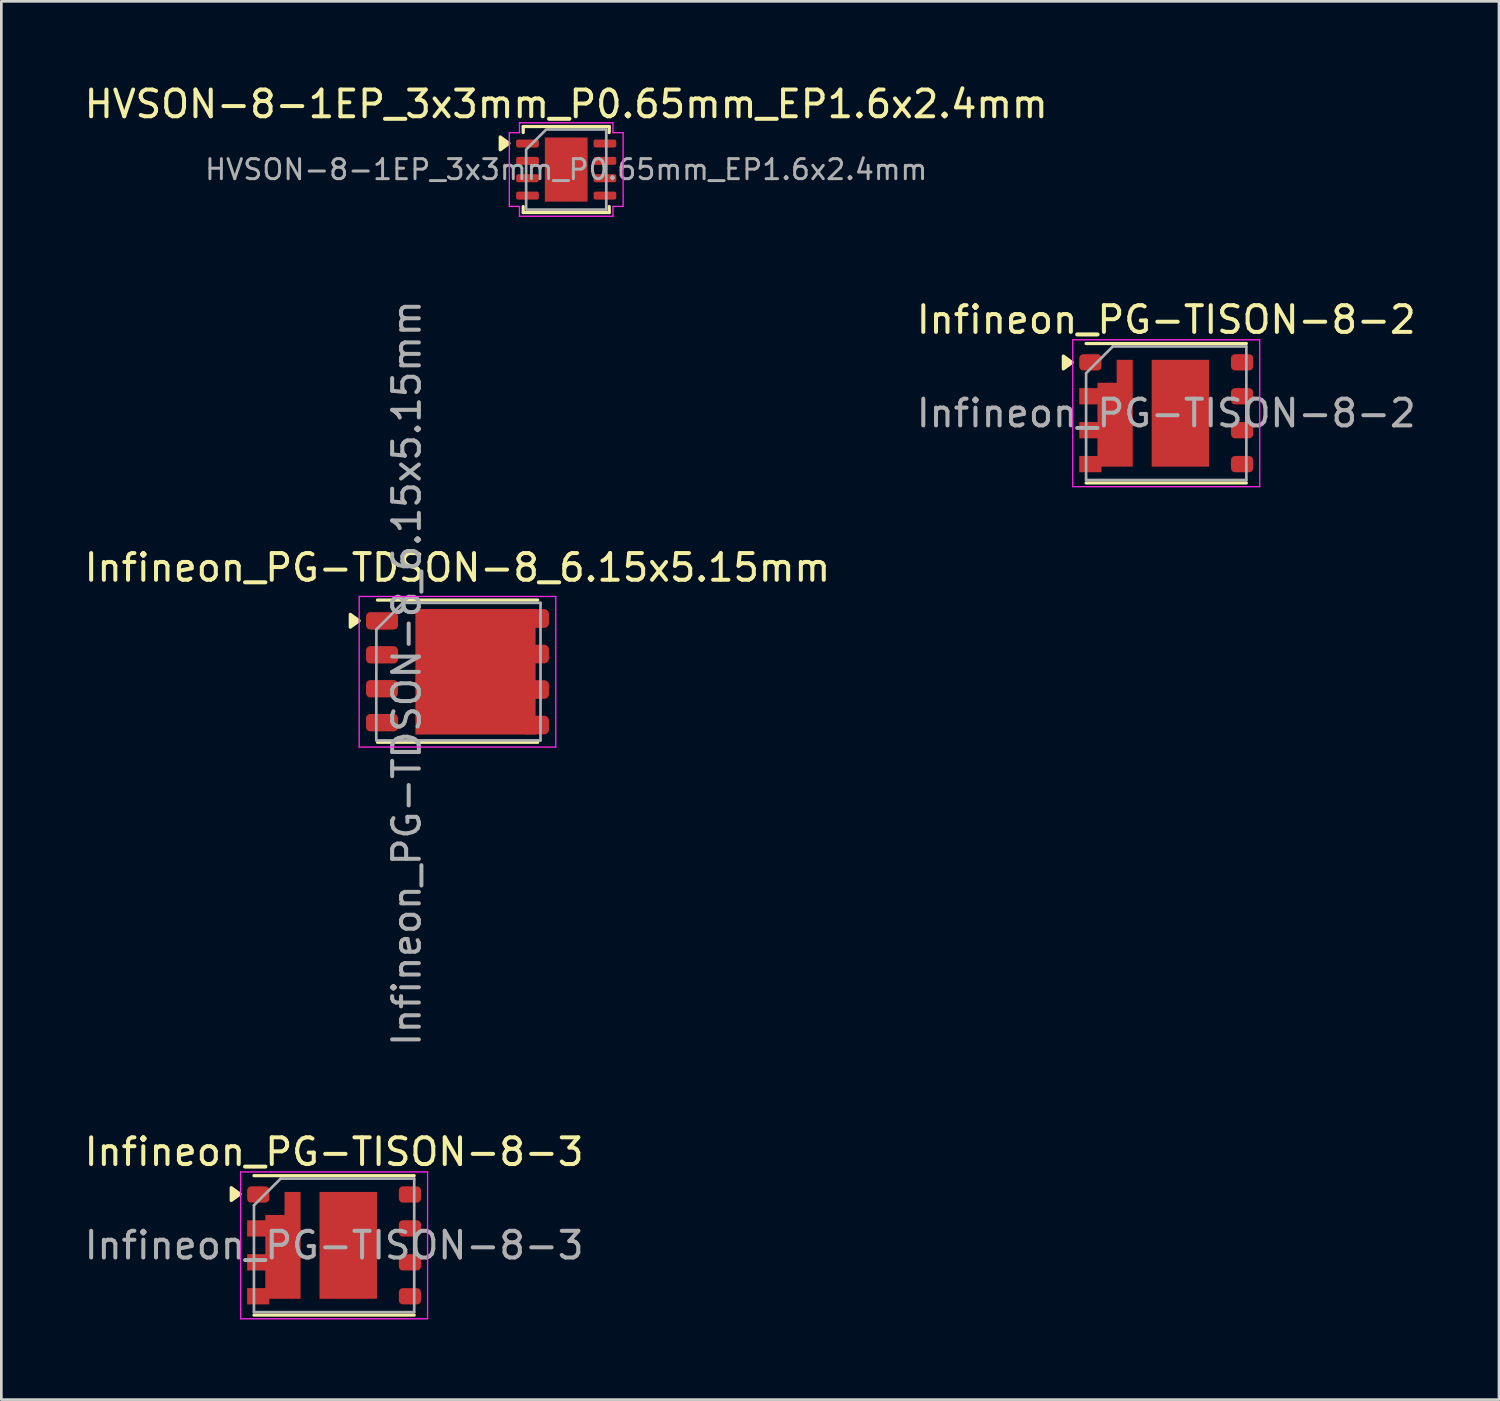
<source format=kicad_pcb>
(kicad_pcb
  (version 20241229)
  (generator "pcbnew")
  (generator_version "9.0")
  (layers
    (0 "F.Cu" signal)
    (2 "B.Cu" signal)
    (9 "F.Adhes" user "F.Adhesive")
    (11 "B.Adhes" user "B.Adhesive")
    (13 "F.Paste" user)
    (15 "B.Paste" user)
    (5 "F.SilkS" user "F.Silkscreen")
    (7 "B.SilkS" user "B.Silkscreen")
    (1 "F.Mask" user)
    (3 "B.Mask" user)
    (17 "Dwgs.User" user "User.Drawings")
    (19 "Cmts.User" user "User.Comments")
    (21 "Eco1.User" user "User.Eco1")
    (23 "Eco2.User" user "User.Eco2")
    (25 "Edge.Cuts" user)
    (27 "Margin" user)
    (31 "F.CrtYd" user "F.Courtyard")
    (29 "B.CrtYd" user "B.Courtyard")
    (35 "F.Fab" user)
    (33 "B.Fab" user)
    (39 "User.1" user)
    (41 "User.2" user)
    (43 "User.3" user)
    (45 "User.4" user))
  (footprint "Infineon_PG-TISON-8-3"
    (layer "F.Cu")
    (at 9.458 43.576)
    (property "Reference" "Infineon_PG-TISON-8-3" (at 0 -3.5 0) (layer "F.SilkS") (effects (font (size 1 1) (thickness 0.15))))
    (attr smd)
    (fp_line (start 3 -2.61) (end -3 -2.61) (stroke (width 0.12) (type solid)) (layer "F.SilkS"))
    (fp_line (start 3 2.61) (end -3 2.61) (stroke (width 0.12) (type solid)) (layer "F.SilkS"))
    (fp_poly (pts (xy -3.52 -1.92) (xy -3.85 -1.68) (xy -3.85 -2.16) (xy -3.52 -1.92)) (stroke (width 0.12) (type solid)) (fill yes) (layer "F.SilkS"))
    (fp_line (start -3.5 -2.75) (end 3.5 -2.75) (stroke (width 0.05) (type solid)) (layer "F.CrtYd"))
    (fp_line (start -3.5 2.75) (end -3.5 -2.75) (stroke (width 0.05) (type solid)) (layer "F.CrtYd"))
    (fp_line (start 3.5 -2.75) (end 3.5 2.75) (stroke (width 0.05) (type solid)) (layer "F.CrtYd"))
    (fp_line (start 3.5 2.75) (end -3.5 2.75) (stroke (width 0.05) (type solid)) (layer "F.CrtYd"))
    (fp_line (start -3 -1.5) (end -3 2.5) (stroke (width 0.1) (type solid)) (layer "F.Fab"))
    (fp_line (start -2 -2.5) (end -3 -1.5) (stroke (width 0.1) (type solid)) (layer "F.Fab"))
    (fp_line (start -2 -2.5) (end 3 -2.5) (stroke (width 0.1) (type solid)) (layer "F.Fab"))
    (fp_line (start 3 -2.5) (end 3 2.5) (stroke (width 0.1) (type solid)) (layer "F.Fab"))
    (fp_line (start 3 2.5) (end -3 2.5) (stroke (width 0.1) (type solid)) (layer "F.Fab"))
    (fp_text user "${REFERENCE}" (at 0 0 0) (layer "F.Fab") (effects (font (size 1 1) (thickness 0.15))))
    (pad "" smd rect (at -2.84 -0.635) (size 0.73 0.51) (layers "F.Paste"))
    (pad "" smd rect (at -2.84 0.635) (size 0.73 0.51) (layers "F.Paste"))
    (pad "" smd rect (at -2.84 1.905) (size 0.73 0.51) (layers "F.Paste"))
    (pad "" smd rect (at -1.82 -0.64) (size 0.9 0.5) (layers "F.Paste"))
    (pad "" smd rect (at -1.82 0.06) (size 0.9 0.5) (layers "F.Paste"))
    (pad "" smd rect (at -1.82 0.76) (size 0.9 0.5) (layers "F.Paste"))
    (pad "" smd rect (at -1.82 1.46) (size 0.9 0.5) (layers "F.Paste"))
    (pad "" smd rect (at -1.545 -1.6) (size 0.35 0.6) (layers "F.Paste"))
    (pad "" smd rect (at 0 -1.425) (size 0.75 0.75) (layers "F.Paste"))
    (pad "" smd rect (at 0 -0.475) (size 0.75 0.75) (layers "F.Paste"))
    (pad "" smd rect (at 0 0.475) (size 0.75 0.75) (layers "F.Paste"))
    (pad "" smd rect (at 0 1.425) (size 0.75 0.75) (layers "F.Paste"))
    (pad "" smd rect (at 1.025 -1.425) (size 0.75 0.75) (layers "F.Paste"))
    (pad "" smd rect (at 1.025 -0.475) (size 0.75 0.75) (layers "F.Paste"))
    (pad "" smd rect (at 1.025 0.475) (size 0.75 0.75) (layers "F.Paste"))
    (pad "" smd rect (at 1.025 1.425) (size 0.75 0.75) (layers "F.Paste"))
    (pad "1" smd roundrect (at -2.84 -1.905) (size 0.83 0.61) (layers "F.Cu" "F.Mask" "F.Paste") (roundrect_rratio 0.25))
    (pad "2" smd custom (at -1.555 0) (size 0.6 4) (layers "F.Cu" "F.Mask") (options (anchor rect)) (primitives (gr_poly (pts (xy -0.3 2) (xy -0.87 2) (xy -0.87 2.21) (xy -1.7 2.21) (xy -1.7 1.6) (xy -1.02 1.6) (xy -1.02 0.94) (xy -1.7 0.94) (xy -1.7 0.33) (xy -1.02 0.33) (xy -1.02 -0.33) (xy -1.7 -0.33) (xy -1.7 -0.94) (xy -1.02 -0.94) (xy -1.02 -1.14) (xy -0.3 -1.14)) (width 0) (fill yes))))
    (pad "3" smd roundrect (at 2.84 1.905) (size 0.83 0.61) (layers "F.Cu" "F.Mask" "F.Paste") (roundrect_rratio 0.25))
    (pad "4" smd roundrect (at 2.84 0.635) (size 0.83 0.61) (layers "F.Cu" "F.Mask" "F.Paste") (roundrect_rratio 0.25))
    (pad "5" smd roundrect (at 2.84 -0.635) (size 0.83 0.61) (layers "F.Cu" "F.Mask" "F.Paste") (roundrect_rratio 0.25))
    (pad "6" smd roundrect (at 2.84 -1.905) (size 0.83 0.61) (layers "F.Cu" "F.Mask" "F.Paste") (roundrect_rratio 0.25))
    (pad "7" smd rect (at 0.53 0) (size 2.15 4) (layers "F.Cu" "F.Mask")))
  (footprint "Infineon_PG-TDSON-8_6.15x5.15mm"
    (layer "F.Cu")
    (at 14.077 22.101)
    (property "Reference" "Infineon_PG-TDSON-8_6.15x5.15mm" (at 0 -3.9 0) (layer "F.SilkS") (effects (font (size 1 1) (thickness 0.15))))
    (attr smd)
    (fp_line (start 3.005 -2.685) (end -2.995 -2.685) (stroke (width 0.12) (type solid)) (layer "F.SilkS"))
    (fp_line (start 3.005 2.64) (end -2.995 2.64) (stroke (width 0.12) (type solid)) (layer "F.SilkS"))
    (fp_poly (pts (xy -3.682 -1.91) (xy -4.012 -1.67) (xy -4.012 -2.15) (xy -3.682 -1.91)) (stroke (width 0.12) (type solid)) (fill yes) (layer "F.SilkS"))
    (fp_line (start -3.68 -2.82) (end 3.68 -2.82) (stroke (width 0.05) (type solid)) (layer "F.CrtYd"))
    (fp_line (start -3.68 2.82) (end -3.68 -2.82) (stroke (width 0.05) (type solid)) (layer "F.CrtYd"))
    (fp_line (start 3.68 -2.82) (end 3.68 2.82) (stroke (width 0.05) (type solid)) (layer "F.CrtYd"))
    (fp_line (start 3.68 2.82) (end -3.68 2.82) (stroke (width 0.05) (type solid)) (layer "F.CrtYd"))
    (fp_line (start -3.035 -1.57) (end -3.04 2.56) (stroke (width 0.1) (type solid)) (layer "F.Fab"))
    (fp_line (start -2.045 -2.575) (end -3.045 -1.575) (stroke (width 0.1) (type solid)) (layer "F.Fab"))
    (fp_line (start -2.04 -2.58) (end 3.11 -2.58) (stroke (width 0.1) (type solid)) (layer "F.Fab"))
    (fp_line (start 3.11 -2.58) (end 3.11 2.57) (stroke (width 0.1) (type solid)) (layer "F.Fab"))
    (fp_line (start 3.11 2.57) (end -3.04 2.57) (stroke (width 0.1) (type solid)) (layer "F.Fab"))
    (fp_text user "${REFERENCE}" (at -1.9 0.05 90) (layer "F.Fab") (effects (font (size 1 1) (thickness 0.15))))
    (pad "" smd rect (at -0.8 -1.725) (size 0.9 0.9) (layers "F.Paste"))
    (pad "" smd rect (at -0.8 -0.575) (size 0.9 0.9) (layers "F.Paste"))
    (pad "" smd rect (at -0.8 0.575) (size 0.9 0.9) (layers "F.Paste"))
    (pad "" smd rect (at -0.8 1.725) (size 0.9 0.9) (layers "F.Paste"))
    (pad "" smd rect (at 0.425 -1.725) (size 0.9 0.9) (layers "F.Paste"))
    (pad "" smd rect (at 0.425 -0.575) (size 0.9 0.9) (layers "F.Paste"))
    (pad "" smd rect (at 0.425 0.575) (size 0.9 0.9) (layers "F.Paste"))
    (pad "" smd rect (at 0.425 1.725) (size 0.9 0.9) (layers "F.Paste"))
    (pad "" smd rect (at 1.625 -1.725) (size 0.9 0.9) (layers "F.Paste"))
    (pad "" smd rect (at 1.625 -0.575) (size 0.9 0.9) (layers "F.Paste"))
    (pad "" smd rect (at 1.625 0.575) (size 0.9 0.9) (layers "F.Paste"))
    (pad "" smd rect (at 1.625 1.725) (size 0.9 0.9) (layers "F.Paste"))
    (pad "1" smd roundrect (at -2.825 -1.905) (size 1.2 0.65) (layers "F.Cu" "F.Mask" "F.Paste") (roundrect_rratio 0.25))
    (pad "2" smd roundrect (at -2.825 -0.635) (size 1.2 0.65) (layers "F.Cu" "F.Mask" "F.Paste") (roundrect_rratio 0.25))
    (pad "3" smd roundrect (at -2.825 0.635) (size 1.2 0.65) (layers "F.Cu" "F.Mask" "F.Paste") (roundrect_rratio 0.25))
    (pad "4" smd roundrect (at -2.825 1.905) (size 1.2 0.65) (layers "F.Cu" "F.Mask" "F.Paste") (roundrect_rratio 0.25))
    (pad "5" smd rect (at 0.675 0) (size 4.5 4.7) (layers "F.Cu" "F.Mask"))
    (pad "5" smd roundrect (at 2.925 -1.995) (size 1 0.7) (layers "F.Cu" "F.Mask" "F.Paste") (roundrect_rratio 0.25))
    (pad "5" smd roundrect (at 2.925 -0.665) (size 1 0.7) (layers "F.Cu" "F.Mask" "F.Paste") (roundrect_rratio 0.25))
    (pad "5" smd roundrect (at 2.925 0.665) (size 1 0.7) (layers "F.Cu" "F.Mask" "F.Paste") (roundrect_rratio 0.25))
    (pad "5" smd roundrect (at 2.925 1.995) (size 1 0.7) (layers "F.Cu" "F.Mask" "F.Paste") (roundrect_rratio 0.25)))
  (footprint "Infineon_PG-TISON-8-2"
    (layer "F.Cu")
    (at 40.613 12.421)
    (property "Reference" "Infineon_PG-TISON-8-2" (at 0 -3.5 0) (layer "F.SilkS") (effects (font (size 1 1) (thickness 0.15))))
    (attr smd)
    (fp_line (start 3 -2.61) (end -3 -2.61) (stroke (width 0.12) (type solid)) (layer "F.SilkS"))
    (fp_line (start 3 2.61) (end -3 2.61) (stroke (width 0.12) (type solid)) (layer "F.SilkS"))
    (fp_poly (pts (xy -3.522 -1.9) (xy -3.852 -1.66) (xy -3.852 -2.14) (xy -3.522 -1.9)) (stroke (width 0.12) (type solid)) (fill yes) (layer "F.SilkS"))
    (fp_line (start -3.5 -2.75) (end 3.5 -2.75) (stroke (width 0.05) (type solid)) (layer "F.CrtYd"))
    (fp_line (start -3.5 2.75) (end -3.5 -2.75) (stroke (width 0.05) (type solid)) (layer "F.CrtYd"))
    (fp_line (start 3.5 -2.75) (end 3.5 2.75) (stroke (width 0.05) (type solid)) (layer "F.CrtYd"))
    (fp_line (start 3.5 2.75) (end -3.5 2.75) (stroke (width 0.05) (type solid)) (layer "F.CrtYd"))
    (fp_line (start -3 -1.5) (end -3 2.5) (stroke (width 0.1) (type solid)) (layer "F.Fab"))
    (fp_line (start -2 -2.5) (end -3 -1.5) (stroke (width 0.1) (type solid)) (layer "F.Fab"))
    (fp_line (start -2 -2.5) (end 3 -2.5) (stroke (width 0.1) (type solid)) (layer "F.Fab"))
    (fp_line (start 3 -2.5) (end 3 2.5) (stroke (width 0.1) (type solid)) (layer "F.Fab"))
    (fp_line (start 3 2.5) (end -3 2.5) (stroke (width 0.1) (type solid)) (layer "F.Fab"))
    (fp_text user "${REFERENCE}" (at 0 0 0) (layer "F.Fab") (effects (font (size 1 1) (thickness 0.15))))
    (pad "" smd rect (at -2.84 -0.635) (size 0.73 0.51) (layers "F.Paste"))
    (pad "" smd rect (at -2.84 0.635) (size 0.73 0.51) (layers "F.Paste"))
    (pad "" smd rect (at -2.84 1.905) (size 0.73 0.51) (layers "F.Paste"))
    (pad "" smd rect (at -1.82 -0.64) (size 0.9 0.5) (layers "F.Paste"))
    (pad "" smd rect (at -1.82 0.06) (size 0.9 0.5) (layers "F.Paste"))
    (pad "" smd rect (at -1.82 0.76) (size 0.9 0.5) (layers "F.Paste"))
    (pad "" smd rect (at -1.82 1.46) (size 0.9 0.5) (layers "F.Paste"))
    (pad "" smd rect (at -1.545 -1.6) (size 0.35 0.6) (layers "F.Paste"))
    (pad "" smd rect (at 0 -1.425) (size 0.75 0.75) (layers "F.Paste"))
    (pad "" smd rect (at 0 -0.475) (size 0.75 0.75) (layers "F.Paste"))
    (pad "" smd rect (at 0 0.475) (size 0.75 0.75) (layers "F.Paste"))
    (pad "" smd rect (at 0 1.425) (size 0.75 0.75) (layers "F.Paste"))
    (pad "" smd rect (at 1.025 -1.425) (size 0.75 0.75) (layers "F.Paste"))
    (pad "" smd rect (at 1.025 -0.475) (size 0.75 0.75) (layers "F.Paste"))
    (pad "" smd rect (at 1.025 0.475) (size 0.75 0.75) (layers "F.Paste"))
    (pad "" smd rect (at 1.025 1.425) (size 0.75 0.75) (layers "F.Paste"))
    (pad "1" smd roundrect (at -2.84 -1.905) (size 0.83 0.61) (layers "F.Cu" "F.Mask" "F.Paste") (roundrect_rratio 0.25))
    (pad "2" smd custom (at -1.555 0) (size 0.6 4) (layers "F.Cu" "F.Mask") (options (anchor rect)) (primitives (gr_poly (pts (xy -0.3 2) (xy -0.87 2) (xy -0.87 2.21) (xy -1.7 2.21) (xy -1.7 1.6) (xy -1.02 1.6) (xy -1.02 0.94) (xy -1.7 0.94) (xy -1.7 0.33) (xy -1.02 0.33) (xy -1.02 -0.33) (xy -1.7 -0.33) (xy -1.7 -0.94) (xy -1.02 -0.94) (xy -1.02 -1.14) (xy -0.3 -1.14)) (width 0) (fill yes))))
    (pad "3" smd roundrect (at 2.84 1.905) (size 0.83 0.61) (layers "F.Cu" "F.Mask" "F.Paste") (roundrect_rratio 0.25))
    (pad "4" smd roundrect (at 2.84 0.635) (size 0.83 0.61) (layers "F.Cu" "F.Mask" "F.Paste") (roundrect_rratio 0.25))
    (pad "5" smd roundrect (at 2.84 -0.635) (size 0.83 0.61) (layers "F.Cu" "F.Mask" "F.Paste") (roundrect_rratio 0.25))
    (pad "6" smd roundrect (at 2.84 -1.905) (size 0.83 0.61) (layers "F.Cu" "F.Mask" "F.Paste") (roundrect_rratio 0.25))
    (pad "7" smd rect (at 0.53 0) (size 2.15 4) (layers "F.Cu" "F.Mask")))
  (footprint "HVSON-8-1EP_3x3mm_P0.65mm_EP1.6x2.4mm"
    (layer "F.Cu")
    (at 18.149 3.298)
    (property "Reference" "HVSON-8-1EP_3x3mm_P0.65mm_EP1.6x2.4mm" (at 0 -2.45 0) (layer "F.SilkS") (effects (font (size 1 1) (thickness 0.15))))
    (attr smd)
    (fp_line (start -1.61 -1.61) (end 1.61 -1.61) (stroke (width 0.12) (type solid)) (layer "F.SilkS"))
    (fp_line (start -1.61 -1.385) (end -1.61 -1.61) (stroke (width 0.12) (type solid)) (layer "F.SilkS"))
    (fp_line (start -1.61 1.61) (end -1.61 1.385) (stroke (width 0.12) (type solid)) (layer "F.SilkS"))
    (fp_line (start 1.61 -1.61) (end 1.61 -1.385) (stroke (width 0.12) (type solid)) (layer "F.SilkS"))
    (fp_line (start 1.61 1.385) (end 1.61 1.61) (stroke (width 0.12) (type solid)) (layer "F.SilkS"))
    (fp_line (start 1.61 1.61) (end -1.61 1.61) (stroke (width 0.12) (type solid)) (layer "F.SilkS"))
    (fp_poly (pts (xy -2.14 -0.98) (xy -2.47 -0.74) (xy -2.47 -1.22)) (stroke (width 0.12) (type solid)) (fill yes) (layer "F.SilkS"))
    (fp_line (start -2.13 -1.38) (end -1.75 -1.38) (stroke (width 0.05) (type solid)) (layer "F.CrtYd"))
    (fp_line (start -2.13 1.38) (end -2.13 -1.38) (stroke (width 0.05) (type solid)) (layer "F.CrtYd"))
    (fp_line (start -1.75 -1.75) (end 1.75 -1.75) (stroke (width 0.05) (type solid)) (layer "F.CrtYd"))
    (fp_line (start -1.75 -1.38) (end -1.75 -1.75) (stroke (width 0.05) (type solid)) (layer "F.CrtYd"))
    (fp_line (start -1.75 1.38) (end -2.13 1.38) (stroke (width 0.05) (type solid)) (layer "F.CrtYd"))
    (fp_line (start -1.75 1.75) (end -1.75 1.38) (stroke (width 0.05) (type solid)) (layer "F.CrtYd"))
    (fp_line (start 1.75 -1.75) (end 1.75 -1.38) (stroke (width 0.05) (type solid)) (layer "F.CrtYd"))
    (fp_line (start 1.75 -1.38) (end 2.13 -1.38) (stroke (width 0.05) (type solid)) (layer "F.CrtYd"))
    (fp_line (start 1.75 1.38) (end 1.75 1.75) (stroke (width 0.05) (type solid)) (layer "F.CrtYd"))
    (fp_line (start 1.75 1.75) (end -1.75 1.75) (stroke (width 0.05) (type solid)) (layer "F.CrtYd"))
    (fp_line (start 2.13 -1.38) (end 2.13 1.38) (stroke (width 0.05) (type solid)) (layer "F.CrtYd"))
    (fp_line (start 2.13 1.38) (end 1.75 1.38) (stroke (width 0.05) (type solid)) (layer "F.CrtYd"))
    (fp_poly (pts (xy -1.5 -0.75) (xy -1.5 1.5) (xy 1.5 1.5) (xy 1.5 -1.5) (xy -0.75 -1.5)) (stroke (width 0.1) (type solid)) (fill no) (layer "F.Fab"))
    (fp_text user "${REFERENCE}" (at 0 0 0) (layer "F.Fab") (effects (font (size 0.75 0.75) (thickness 0.11))))
    (pad "" smd roundrect (at -0.4 -0.6) (size 0.64 0.97) (layers "F.Paste") (roundrect_rratio 0.25))
    (pad "" smd roundrect (at -0.4 0.6) (size 0.64 0.97) (layers "F.Paste") (roundrect_rratio 0.25))
    (pad "" smd roundrect (at 0.4 -0.6) (size 0.64 0.97) (layers "F.Paste") (roundrect_rratio 0.25))
    (pad "" smd roundrect (at 0.4 0.6) (size 0.64 0.97) (layers "F.Paste") (roundrect_rratio 0.25))
    (pad "1" smd roundrect (at -1.45 -0.975) (size 0.85 0.3) (layers "F.Cu" "F.Mask" "F.Paste") (roundrect_rratio 0.25))
    (pad "2" smd roundrect (at -1.45 -0.325) (size 0.85 0.3) (layers "F.Cu" "F.Mask" "F.Paste") (roundrect_rratio 0.25))
    (pad "3" smd roundrect (at -1.45 0.325) (size 0.85 0.3) (layers "F.Cu" "F.Mask" "F.Paste") (roundrect_rratio 0.25))
    (pad "4" smd roundrect (at -1.45 0.975) (size 0.85 0.3) (layers "F.Cu" "F.Mask" "F.Paste") (roundrect_rratio 0.25))
    (pad "5" smd roundrect (at 1.45 0.975) (size 0.85 0.3) (layers "F.Cu" "F.Mask" "F.Paste") (roundrect_rratio 0.25))
    (pad "6" smd roundrect (at 1.45 0.325) (size 0.85 0.3) (layers "F.Cu" "F.Mask" "F.Paste") (roundrect_rratio 0.25))
    (pad "7" smd roundrect (at 1.45 -0.325) (size 0.85 0.3) (layers "F.Cu" "F.Mask" "F.Paste") (roundrect_rratio 0.25))
    (pad "8" smd roundrect (at 1.45 -0.975) (size 0.85 0.3) (layers "F.Cu" "F.Mask" "F.Paste") (roundrect_rratio 0.25))
    (pad "9" smd rect (at 0 0) (size 1.6 2.4) (property pad_prop_heatsink) (layers "F.Cu" "F.Mask")))
  (gr_rect
    (start -3 -3)
    (end 53.071 49.351)
    (stroke (width 0.1) (type default))
    (fill no)
    (layer "Edge.Cuts")))
</source>
